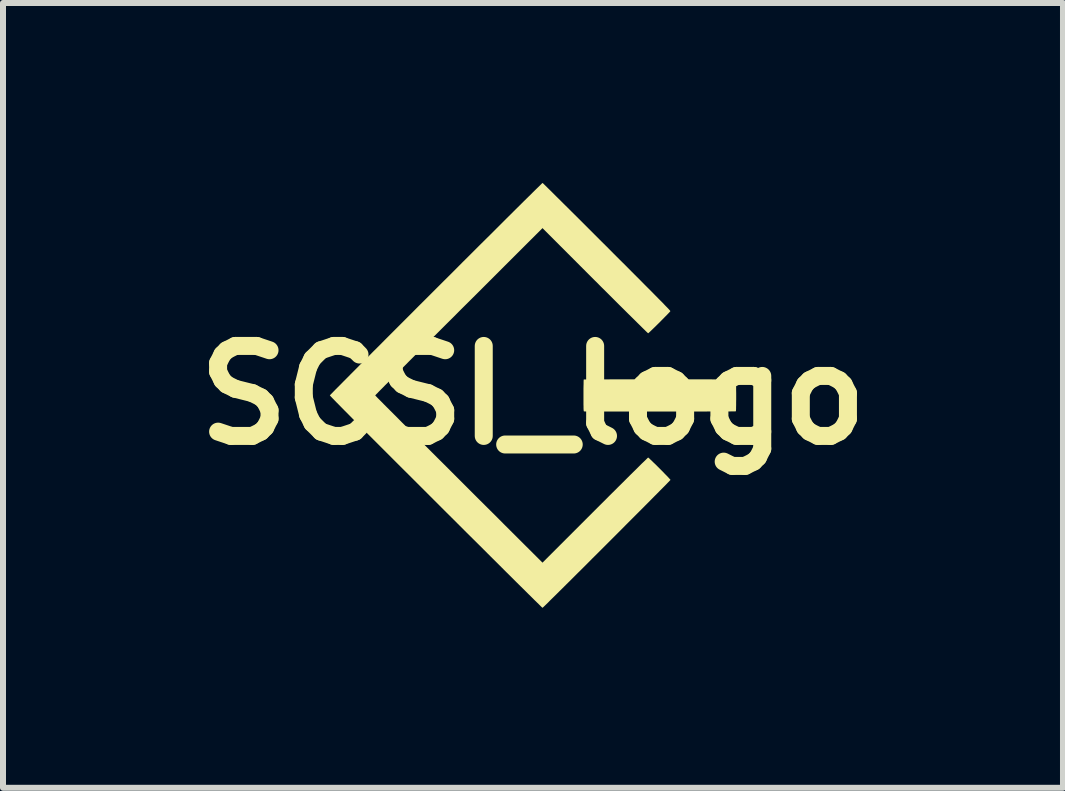
<source format=kicad_pcb>
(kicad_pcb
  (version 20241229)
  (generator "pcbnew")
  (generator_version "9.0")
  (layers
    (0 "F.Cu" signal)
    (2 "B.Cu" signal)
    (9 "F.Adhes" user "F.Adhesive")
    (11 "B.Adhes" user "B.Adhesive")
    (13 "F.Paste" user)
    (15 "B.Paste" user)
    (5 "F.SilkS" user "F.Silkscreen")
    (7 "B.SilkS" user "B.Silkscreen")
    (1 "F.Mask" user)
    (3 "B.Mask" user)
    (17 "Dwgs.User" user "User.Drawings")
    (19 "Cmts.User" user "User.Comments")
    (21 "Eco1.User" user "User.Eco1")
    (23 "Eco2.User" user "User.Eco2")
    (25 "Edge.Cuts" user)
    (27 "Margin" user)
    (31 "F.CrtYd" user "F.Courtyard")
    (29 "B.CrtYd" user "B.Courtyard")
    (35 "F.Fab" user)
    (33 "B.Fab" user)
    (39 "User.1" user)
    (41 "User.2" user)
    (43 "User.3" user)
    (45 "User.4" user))
  (footprint "SCSI_logo"
    (layer "F.Cu")
    (at 5.836 3.539)
    (property "Reference" "SCSI_logo" (at 0 0 0) (layer "F.SilkS") (effects (font (size 1.5 1.5) (thickness 0.3))))
    (attr board_only exclude_from_pos_files exclude_from_bom)
    (fp_poly (pts (xy 2.188 -0.265) (xy 2.292 -0.265) (xy 2.394 -0.265) (xy 2.494 -0.265) (xy 2.593 -0.265) (xy 2.688 -0.265) (xy 2.78 -0.265) (xy 2.867 -0.265) (xy 2.95 -0.265) (xy 3.028 -0.264) (xy 3.099 -0.264) (xy 3.164 -0.264) (xy 3.222 -0.264) (xy 3.271 -0.264) (xy 3.313 -0.263) (xy 3.345 -0.263) (xy 3.367 -0.263) (xy 3.379 -0.262) (xy 3.382 -0.262) (xy 3.383 -0.256) (xy 3.384 -0.239) (xy 3.385 -0.213) (xy 3.385 -0.179) (xy 3.386 -0.137) (xy 3.386 -0.088) (xy 3.387 -0.033) (xy 3.387 0.003) (xy 3.387 0.067) (xy 3.386 0.121) (xy 3.386 0.165) (xy 3.385 0.2) (xy 3.385 0.227) (xy 3.384 0.246) (xy 3.383 0.259) (xy 3.381 0.266) (xy 3.38 0.268) (xy 3.373 0.269) (xy 3.356 0.269) (xy 3.329 0.269) (xy 3.292 0.27) (xy 3.247 0.27) (xy 3.193 0.27) (xy 3.132 0.271) (xy 3.064 0.271) (xy 2.989 0.271) (xy 2.909 0.271) (xy 2.824 0.272) (xy 2.734 0.272) (xy 2.641 0.272) (xy 2.544 0.272) (xy 2.444 0.272) (xy 2.343 0.272) (xy 2.24 0.272) (xy 2.137 0.272) (xy 2.033 0.272) (xy 1.93 0.272) (xy 1.828 0.272) (xy 1.728 0.272) (xy 1.63 0.272) (xy 1.535 0.272) (xy 1.443 0.272) (xy 1.356 0.272) (xy 1.274 0.272) (xy 1.197 0.272) (xy 1.126 0.271) (xy 1.061 0.271) (xy 1.004 0.271) (xy 0.955 0.271) (xy 0.915 0.27) (xy 0.883 0.27) (xy 0.862 0.27) (xy 0.851 0.269) (xy 0.849 0.269) (xy 0.847 0.267) (xy 0.846 0.261) (xy 0.844 0.251) (xy 0.843 0.236) (xy 0.842 0.215) (xy 0.842 0.187) (xy 0.841 0.151) (xy 0.841 0.106) (xy 0.841 0.052) (xy 0.841 0.003) (xy 0.841 -0.055) (xy 0.841 -0.107) (xy 0.842 -0.154) (xy 0.843 -0.193) (xy 0.843 -0.224) (xy 0.844 -0.247) (xy 0.845 -0.26) (xy 0.846 -0.262) (xy 0.852 -0.263) (xy 0.869 -0.263) (xy 0.896 -0.263) (xy 0.932 -0.263) (xy 0.977 -0.264) (xy 1.03 -0.264) (xy 1.091 -0.264) (xy 1.159 -0.264) (xy 1.233 -0.264) (xy 1.313 -0.265) (xy 1.398 -0.265) (xy 1.488 -0.265) (xy 1.581 -0.265) (xy 1.678 -0.265) (xy 1.777 -0.265) (xy 1.878 -0.265) (xy 1.981 -0.265) (xy 2.085 -0.265)) (stroke (width 0) (type solid)) (fill yes) (layer "F.SilkS"))
    (fp_poly (pts (xy 0.164 -3.535) (xy 0.176 -3.524) (xy 0.195 -3.505) (xy 0.222 -3.479) (xy 0.255 -3.446) (xy 0.295 -3.407) (xy 0.34 -3.362) (xy 0.391 -3.311) (xy 0.448 -3.255) (xy 0.509 -3.194) (xy 0.576 -3.128) (xy 0.646 -3.058) (xy 0.721 -2.984) (xy 0.799 -2.906) (xy 0.88 -2.825) (xy 0.965 -2.74) (xy 1.052 -2.653) (xy 1.142 -2.563) (xy 1.23 -2.476) (xy 1.342 -2.363) (xy 1.447 -2.258) (xy 1.545 -2.161) (xy 1.635 -2.07) (xy 1.718 -1.987) (xy 1.794 -1.911) (xy 1.864 -1.84) (xy 1.927 -1.777) (xy 1.985 -1.719) (xy 2.036 -1.667) (xy 2.082 -1.62) (xy 2.123 -1.579) (xy 2.159 -1.543) (xy 2.189 -1.511) (xy 2.215 -1.484) (xy 2.237 -1.462) (xy 2.255 -1.443) (xy 2.269 -1.428) (xy 2.279 -1.417) (xy 2.285 -1.409) (xy 2.289 -1.404) (xy 2.289 -1.402) (xy 2.285 -1.395) (xy 2.273 -1.382) (xy 2.255 -1.363) (xy 2.232 -1.339) (xy 2.205 -1.312) (xy 2.175 -1.281) (xy 2.143 -1.249) (xy 2.11 -1.215) (xy 2.076 -1.182) (xy 2.044 -1.15) (xy 2.013 -1.12) (xy 1.985 -1.093) (xy 1.96 -1.069) (xy 1.941 -1.051) (xy 1.927 -1.039) (xy 1.92 -1.033) (xy 1.919 -1.033) (xy 1.914 -1.037) (xy 1.902 -1.048) (xy 1.882 -1.067) (xy 1.856 -1.093) (xy 1.823 -1.125) (xy 1.784 -1.164) (xy 1.739 -1.208) (xy 1.689 -1.258) (xy 1.633 -1.313) (xy 1.573 -1.372) (xy 1.509 -1.436) (xy 1.44 -1.504) (xy 1.368 -1.576) (xy 1.293 -1.651) (xy 1.215 -1.729) (xy 1.134 -1.809) (xy 1.052 -1.892) (xy 1.034 -1.909) (xy 0.158 -2.786) (xy -0.49 -2.139) (xy -0.648 -1.981) (xy -0.799 -1.83) (xy -0.942 -1.687) (xy -1.078 -1.552) (xy -1.207 -1.424) (xy -1.328 -1.302) (xy -1.443 -1.188) (xy -1.551 -1.08) (xy -1.652 -0.979) (xy -1.747 -0.884) (xy -1.837 -0.795) (xy -1.92 -0.712) (xy -1.997 -0.635) (xy -2.069 -0.563) (xy -2.135 -0.496) (xy -2.197 -0.435) (xy -2.253 -0.379) (xy -2.305 -0.327) (xy -2.352 -0.28) (xy -2.394 -0.237) (xy -2.432 -0.199) (xy -2.467 -0.165) (xy -2.497 -0.134) (xy -2.524 -0.107) (xy -2.547 -0.084) (xy -2.567 -0.064) (xy -2.584 -0.046) (xy -2.597 -0.032) (xy -2.609 -0.021) (xy -2.617 -0.012) (xy -2.624 -0.005) (xy -2.628 -0.001) (xy -2.63 0.002) (xy -2.63 0.003) (xy -2.629 0.004) (xy -2.627 0.007) (xy -2.622 0.012) (xy -2.615 0.02) (xy -2.606 0.029) (xy -2.594 0.042) (xy -2.579 0.057) (xy -2.561 0.075) (xy -2.54 0.096) (xy -2.516 0.12) (xy -2.489 0.148) (xy -2.457 0.18) (xy -2.422 0.215) (xy -2.382 0.255) (xy -2.338 0.299) (xy -2.29 0.347) (xy -2.237 0.4) (xy -2.18 0.458) (xy -2.117 0.521) (xy -2.049 0.589) (xy -1.975 0.662) (xy -1.896 0.741) (xy -1.811 0.826) (xy -1.721 0.916) (xy -1.624 1.013) (xy -1.52 1.116) (xy -1.41 1.226) (xy -1.294 1.342) (xy -1.17 1.466) (xy -1.04 1.596) (xy -0.902 1.734) (xy -0.756 1.879) (xy -0.603 2.031) (xy -0.49 2.145) (xy 0.158 2.791) (xy 1.034 1.915) (xy 1.117 1.832) (xy 1.199 1.751) (xy 1.277 1.672) (xy 1.353 1.597) (xy 1.426 1.524) (xy 1.495 1.456) (xy 1.56 1.391) (xy 1.621 1.33) (xy 1.678 1.274) (xy 1.729 1.224) (xy 1.775 1.178) (xy 1.815 1.138) (xy 1.85 1.105) (xy 1.878 1.078) (xy 1.899 1.057) (xy 1.912 1.044) (xy 1.919 1.039) (xy 1.919 1.039) (xy 1.925 1.042) (xy 1.938 1.053) (xy 1.956 1.071) (xy 1.98 1.093) (xy 2.007 1.12) (xy 2.038 1.149) (xy 2.07 1.181) (xy 2.104 1.215) (xy 2.137 1.248) (xy 2.17 1.281) (xy 2.2 1.313) (xy 2.228 1.341) (xy 2.252 1.366) (xy 2.271 1.387) (xy 2.285 1.402) (xy 2.291 1.41) (xy 2.292 1.411) (xy 2.288 1.416) (xy 2.276 1.428) (xy 2.257 1.448) (xy 2.232 1.474) (xy 2.2 1.507) (xy 2.162 1.545) (xy 2.118 1.589) (xy 2.07 1.638) (xy 2.016 1.692) (xy 1.958 1.751) (xy 1.896 1.813) (xy 1.831 1.879) (xy 1.762 1.948) (xy 1.69 2.02) (xy 1.616 2.094) (xy 1.54 2.17) (xy 1.463 2.248) (xy 1.384 2.327) (xy 1.305 2.406) (xy 1.225 2.486) (xy 1.145 2.566) (xy 1.065 2.646) (xy 0.986 2.724) (xy 0.909 2.802) (xy 0.833 2.878) (xy 0.759 2.951) (xy 0.687 3.023) (xy 0.619 3.091) (xy 0.553 3.156) (xy 0.491 3.218) (xy 0.433 3.275) (xy 0.38 3.328) (xy 0.331 3.376) (xy 0.287 3.419) (xy 0.25 3.457) (xy 0.218 3.488) (xy 0.192 3.513) (xy 0.173 3.531) (xy 0.162 3.541) (xy 0.158 3.544) (xy 0.154 3.54) (xy 0.141 3.529) (xy 0.122 3.51) (xy 0.095 3.483) (xy 0.061 3.45) (xy 0.02 3.41) (xy -0.027 3.363) (xy -0.08 3.311) (xy -0.139 3.252) (xy -0.204 3.188) (xy -0.275 3.118) (xy -0.35 3.043) (xy -0.431 2.963) (xy -0.516 2.878) (xy -0.605 2.789) (xy -0.699 2.696) (xy -0.796 2.599) (xy -0.897 2.498) (xy -1.002 2.394) (xy -1.11 2.287) (xy -1.22 2.177) (xy -1.333 2.064) (xy -1.449 1.949) (xy -1.567 1.831) (xy -1.619 1.779) (xy -1.777 1.621) (xy -1.927 1.471) (xy -2.069 1.329) (xy -2.204 1.195) (xy -2.331 1.068) (xy -2.45 0.949) (xy -2.562 0.837) (xy -2.666 0.733) (xy -2.763 0.636) (xy -2.852 0.546) (xy -2.934 0.463) (xy -3.01 0.388) (xy -3.078 0.319) (xy -3.139 0.258) (xy -3.193 0.203) (xy -3.24 0.155) (xy -3.281 0.114) (xy -3.315 0.079) (xy -3.342 0.051) (xy -3.363 0.029) (xy -3.377 0.014) (xy -3.385 0.005) (xy -3.387 0.002) (xy -3.383 -0.002) (xy -3.371 -0.015) (xy -3.352 -0.034) (xy -3.326 -0.061) (xy -3.293 -0.095) (xy -3.254 -0.134) (xy -3.208 -0.18) (xy -3.157 -0.232) (xy -3.1 -0.289) (xy -3.038 -0.352) (xy -2.971 -0.419) (xy -2.9 -0.491) (xy -2.824 -0.567) (xy -2.744 -0.647) (xy -2.661 -0.731) (xy -2.574 -0.817) (xy -2.485 -0.907) (xy -2.392 -1) (xy -2.297 -1.095) (xy -2.2 -1.192) (xy -2.101 -1.291) (xy -2.001 -1.391) (xy -1.9 -1.493) (xy -1.797 -1.595) (xy -1.694 -1.698) (xy -1.591 -1.801) (xy -1.488 -1.904) (xy -1.385 -2.006) (xy -1.283 -2.108) (xy -1.183 -2.209) (xy -1.083 -2.308) (xy -0.985 -2.406) (xy -0.889 -2.502) (xy -0.795 -2.595) (xy -0.703 -2.686) (xy -0.615 -2.774) (xy -0.53 -2.859) (xy -0.448 -2.941) (xy -0.37 -3.018) (xy -0.296 -3.092) (xy -0.226 -3.161) (xy -0.162 -3.225) (xy -0.102 -3.284) (xy -0.047 -3.338) (xy 0.001 -3.386) (xy 0.044 -3.428) (xy 0.081 -3.464) (xy 0.111 -3.493) (xy 0.134 -3.516) (xy 0.149 -3.531) (xy 0.158 -3.538) (xy 0.159 -3.539)) (stroke (width 0) (type solid)) (fill yes) (layer "F.SilkS")))
  (gr_rect
    (start -3 -3)
    (end 14.671 10.083)
    (stroke (width 0.1) (type default))
    (fill no)
    (layer "Edge.Cuts")))
</source>
